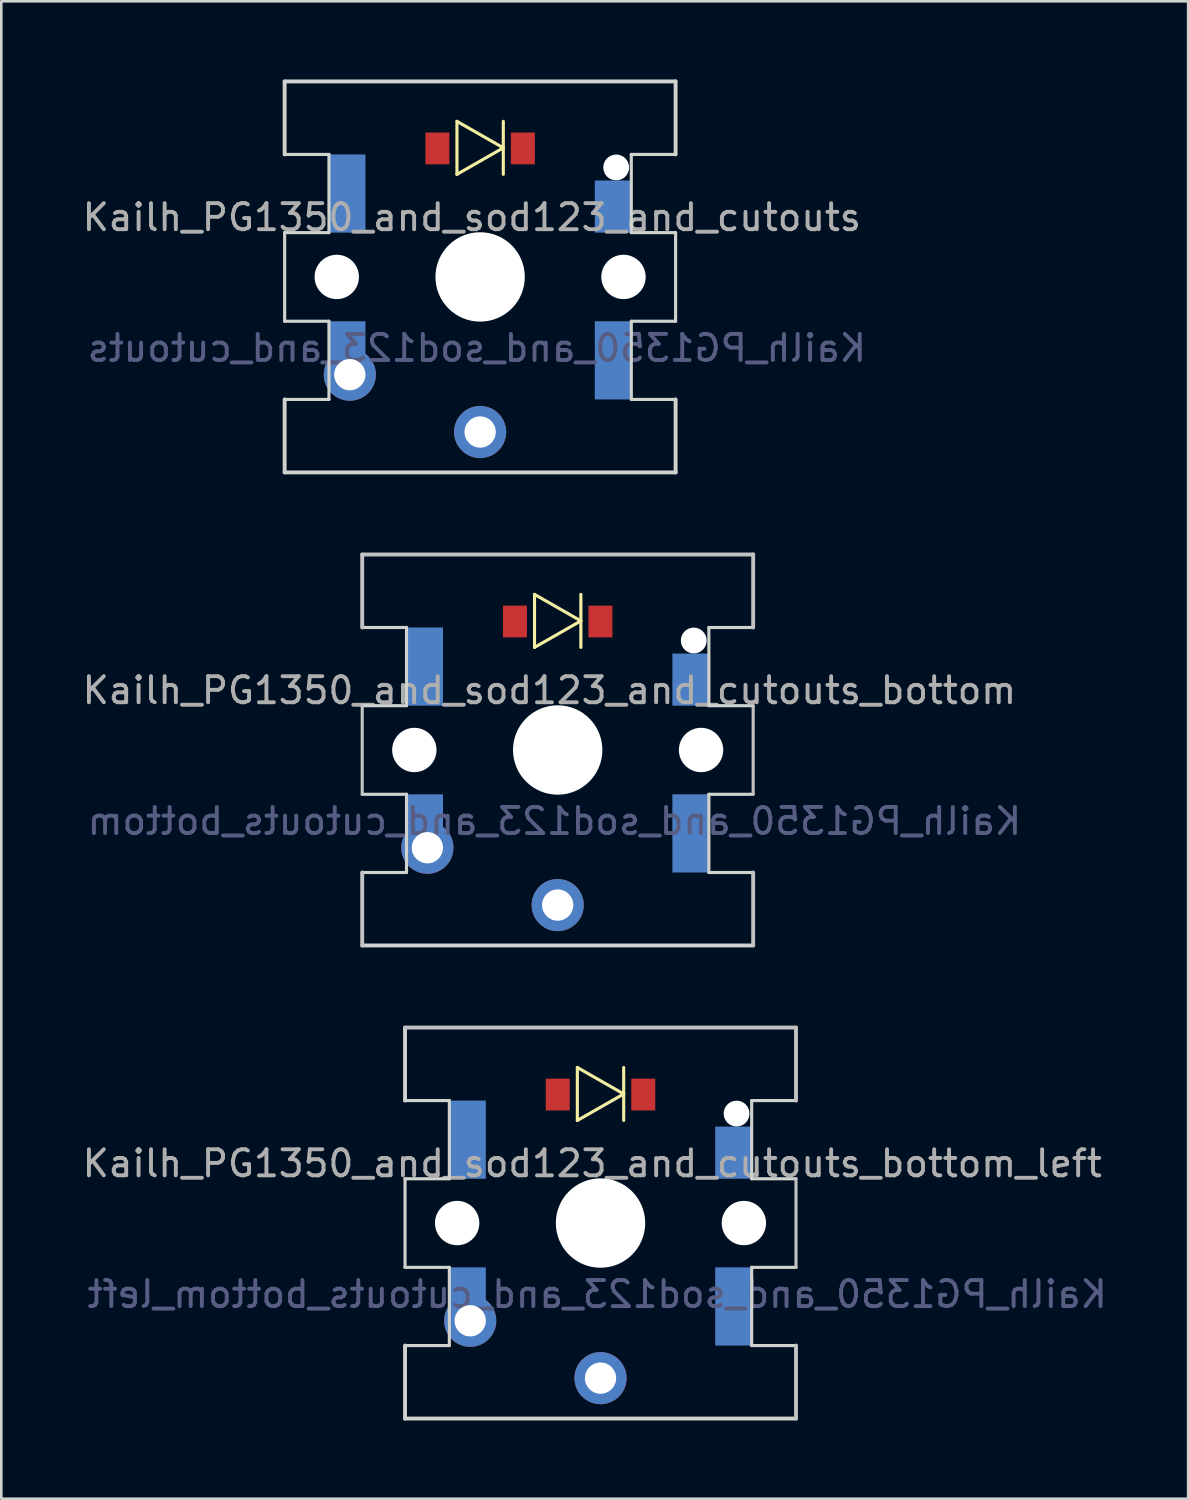
<source format=kicad_pcb>
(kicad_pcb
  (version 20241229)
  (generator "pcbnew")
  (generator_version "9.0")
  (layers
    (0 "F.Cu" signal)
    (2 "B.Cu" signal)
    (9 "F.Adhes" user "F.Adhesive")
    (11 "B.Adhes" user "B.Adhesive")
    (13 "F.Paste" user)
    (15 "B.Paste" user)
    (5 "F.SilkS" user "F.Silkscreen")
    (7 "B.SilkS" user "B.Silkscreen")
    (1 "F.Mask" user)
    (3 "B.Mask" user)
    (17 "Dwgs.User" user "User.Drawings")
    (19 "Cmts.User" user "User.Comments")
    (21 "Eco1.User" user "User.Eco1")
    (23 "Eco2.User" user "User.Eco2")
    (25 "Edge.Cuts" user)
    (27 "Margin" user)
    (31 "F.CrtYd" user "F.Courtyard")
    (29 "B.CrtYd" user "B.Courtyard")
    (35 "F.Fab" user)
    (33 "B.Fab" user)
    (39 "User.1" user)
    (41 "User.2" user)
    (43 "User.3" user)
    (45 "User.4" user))
  (footprint "Kailh_PG1350_and_sod123_and_cutouts"
    (layer "F.Cu")
    (at 15.371 7.575)
    (property "Reference" "Kailh_PG1350_and_sod123_and_cutouts" (at -0.318 -2.286 0) (layer "F.Fab") (effects (font (size 1 1) (thickness 0.15))))
    (attr smd)
    (fp_line (start -0.889 -5.969) (end -0.889 -3.937) (stroke (width 0.12) (type solid)) (layer "F.SilkS"))
    (fp_line (start -0.889 -5.969) (end 0.889 -4.953) (stroke (width 0.12) (type solid)) (layer "F.SilkS"))
    (fp_line (start 0.889 -4.953) (end -0.889 -3.937) (stroke (width 0.12) (type solid)) (layer "F.SilkS"))
    (fp_line (start 0.889 -3.937) (end 0.889 -5.969) (stroke (width 0.12) (type solid)) (layer "F.SilkS"))
    (fp_line (start -7.5 -7.5) (end 7.5 -7.5) (stroke (width 0.15) (type solid)) (layer "Edge.Cuts"))
    (fp_line (start -7.5 -4.7) (end -7.5 -7.5) (stroke (width 0.15) (type solid)) (layer "Edge.Cuts"))
    (fp_line (start -7.5 -4.7) (end -5.8 -4.7) (stroke (width 0.12) (type solid)) (layer "Edge.Cuts"))
    (fp_line (start -7.5 -1.7) (end -5.8 -1.7) (stroke (width 0.12) (type solid)) (layer "Edge.Cuts"))
    (fp_line (start -7.5 1.7) (end -7.5 -1.7) (stroke (width 0.12) (type solid)) (layer "Edge.Cuts"))
    (fp_line (start -7.5 1.7) (end -5.8 1.7) (stroke (width 0.12) (type solid)) (layer "Edge.Cuts"))
    (fp_line (start -7.5 4.7) (end -5.8 4.7) (stroke (width 0.12) (type solid)) (layer "Edge.Cuts"))
    (fp_line (start -7.5 7.5) (end -7.5 4.7) (stroke (width 0.15) (type solid)) (layer "Edge.Cuts"))
    (fp_line (start -5.8 -4.7) (end -5.8 -1.7) (stroke (width 0.12) (type solid)) (layer "Edge.Cuts"))
    (fp_line (start -5.8 4.7) (end -5.8 1.7) (stroke (width 0.12) (type solid)) (layer "Edge.Cuts"))
    (fp_line (start 5.8 -4.7) (end 7.5 -4.7) (stroke (width 0.12) (type solid)) (layer "Edge.Cuts"))
    (fp_line (start 5.8 -1.7) (end 5.8 -4.7) (stroke (width 0.12) (type solid)) (layer "Edge.Cuts"))
    (fp_line (start 5.8 -1.7) (end 7.5 -1.7) (stroke (width 0.12) (type solid)) (layer "Edge.Cuts"))
    (fp_line (start 5.8 1.7) (end 7.5 1.7) (stroke (width 0.12) (type solid)) (layer "Edge.Cuts"))
    (fp_line (start 5.8 4.7) (end 5.8 1.7) (stroke (width 0.12) (type solid)) (layer "Edge.Cuts"))
    (fp_line (start 5.8 4.7) (end 7.5 4.7) (stroke (width 0.12) (type solid)) (layer "Edge.Cuts"))
    (fp_line (start 7.5 -7.5) (end 7.5 -4.7) (stroke (width 0.15) (type solid)) (layer "Edge.Cuts"))
    (fp_line (start 7.5 1.7) (end 7.5 -1.7) (stroke (width 0.12) (type solid)) (layer "Edge.Cuts"))
    (fp_line (start 7.5 7.5) (end -7.5 7.5) (stroke (width 0.15) (type solid)) (layer "Edge.Cuts"))
    (fp_line (start 7.5 7.5) (end 7.5 4.7) (stroke (width 0.15) (type solid)) (layer "Edge.Cuts"))
    (fp_text user "${REFERENCE}" (at -0.127 2.731 0) (layer "B.Fab") (effects (font (size 1 1) (thickness 0.15)) (justify mirror)))
    (pad "" np_thru_hole circle (at -5.5 0) (size 1.702 1.702) (drill 1.702) (layers "*.Cu" "*.Mask"))
    (pad "" np_thru_hole circle (at 0 0) (size 3.429 3.429) (drill 3.429) (layers "*.Cu" "*.Mask"))
    (pad "" np_thru_hole circle (at 5.22 -4.2) (size 0.991 0.991) (drill 0.991) (layers "*.Cu" "*.Mask"))
    (pad "" np_thru_hole circle (at 5.5 0) (size 1.702 1.702) (drill 1.702) (layers "*.Cu" "*.Mask"))
    (pad "1" smd rect (at -5.1 -3.2) (size 1.4 3) (layers "B.Cu" "B.Mask" "B.Paste"))
    (pad "1" smd rect (at -5.1 2.4) (size 1.4 1.4) (layers "B.Cu" "B.Mask" "B.Paste"))
    (pad "1" thru_hole circle (at -5 3.75) (size 2 2) (drill 1.2) (layers "*.Cu" "*.Mask"))
    (pad "2" thru_hole circle (at 0 5.95) (size 2 2) (drill 1.2) (layers "*.Cu" "*.Mask"))
    (pad "A" smd rect (at -1.64 -4.93) (size 0.92 1.22) (layers "F.Cu" "F.Mask" "F.Paste"))
    (pad "K" smd rect (at 1.64 -4.93) (size 0.92 1.22) (layers "F.Cu" "F.Mask" "F.Paste"))
    (pad "K" smd rect (at 5.1 -2.7) (size 1.4 2) (layers "B.Cu" "B.Mask" "B.Paste"))
    (pad "K" smd rect (at 5.1 3.2) (size 1.4 3) (layers "B.Cu" "B.Mask" "B.Paste")))
  (footprint "Kailh_PG1350_and_sod123_and_cutouts_bottom"
    (layer "F.Cu")
    (at 18.347 25.725)
    (property "Reference" "Kailh_PG1350_and_sod123_and_cutouts_bottom" (at -0.318 -2.286 0) (layer "F.Fab") (effects (font (size 1 1) (thickness 0.15))))
    (attr smd)
    (fp_line (start -0.889 -5.969) (end -0.889 -3.937) (stroke (width 0.12) (type solid)) (layer "F.SilkS"))
    (fp_line (start -0.889 -5.969) (end 0.889 -4.953) (stroke (width 0.12) (type solid)) (layer "F.SilkS"))
    (fp_line (start 0.889 -4.953) (end -0.889 -3.937) (stroke (width 0.12) (type solid)) (layer "F.SilkS"))
    (fp_line (start 0.889 -3.937) (end 0.889 -5.969) (stroke (width 0.12) (type solid)) (layer "F.SilkS"))
    (fp_line (start -7.5 -7.5) (end 7.5 -7.5) (stroke (width 0.15) (type solid)) (layer "Dwgs.User"))
    (fp_line (start -7.5 -4.7) (end -7.5 -7.5) (stroke (width 0.15) (type solid)) (layer "Dwgs.User"))
    (fp_line (start -7.5 1.7) (end -7.5 -1.7) (stroke (width 0.12) (type solid)) (layer "Dwgs.User"))
    (fp_line (start -7.5 7.5) (end -7.5 4.7) (stroke (width 0.15) (type solid)) (layer "Dwgs.User"))
    (fp_line (start 7.5 -7.5) (end 7.5 -4.7) (stroke (width 0.15) (type solid)) (layer "Dwgs.User"))
    (fp_line (start 7.5 1.7) (end 7.5 -1.7) (stroke (width 0.12) (type solid)) (layer "Dwgs.User"))
    (fp_line (start 7.5 7.5) (end 7.5 4.7) (stroke (width 0.15) (type solid)) (layer "Dwgs.User"))
    (fp_line (start -7.5 -4.7) (end -5.8 -4.7) (stroke (width 0.12) (type solid)) (layer "Edge.Cuts"))
    (fp_line (start -7.5 -1.7) (end -5.8 -1.7) (stroke (width 0.12) (type solid)) (layer "Edge.Cuts"))
    (fp_line (start -7.5 1.7) (end -5.8 1.7) (stroke (width 0.12) (type solid)) (layer "Edge.Cuts"))
    (fp_line (start -7.5 4.7) (end -5.8 4.7) (stroke (width 0.12) (type solid)) (layer "Edge.Cuts"))
    (fp_line (start -5.8 -4.7) (end -5.8 -1.7) (stroke (width 0.12) (type solid)) (layer "Edge.Cuts"))
    (fp_line (start -5.8 4.7) (end -5.8 1.7) (stroke (width 0.12) (type solid)) (layer "Edge.Cuts"))
    (fp_line (start 5.8 -4.7) (end 7.5 -4.7) (stroke (width 0.12) (type solid)) (layer "Edge.Cuts"))
    (fp_line (start 5.8 -1.7) (end 5.8 -4.7) (stroke (width 0.12) (type solid)) (layer "Edge.Cuts"))
    (fp_line (start 5.8 -1.7) (end 7.5 -1.7) (stroke (width 0.12) (type solid)) (layer "Edge.Cuts"))
    (fp_line (start 5.8 1.7) (end 7.5 1.7) (stroke (width 0.12) (type solid)) (layer "Edge.Cuts"))
    (fp_line (start 5.8 4.7) (end 5.8 1.7) (stroke (width 0.12) (type solid)) (layer "Edge.Cuts"))
    (fp_line (start 5.8 4.7) (end 7.5 4.7) (stroke (width 0.12) (type solid)) (layer "Edge.Cuts"))
    (fp_line (start 7.5 7.5) (end -7.5 7.5) (stroke (width 0.15) (type solid)) (layer "Edge.Cuts"))
    (fp_text user "${REFERENCE}" (at -0.127 2.731 0) (layer "B.Fab") (effects (font (size 1 1) (thickness 0.15)) (justify mirror)))
    (pad "" np_thru_hole circle (at -5.5 0) (size 1.702 1.702) (drill 1.702) (layers "*.Cu" "*.Mask"))
    (pad "" np_thru_hole circle (at 0 0) (size 3.429 3.429) (drill 3.429) (layers "*.Cu" "*.Mask"))
    (pad "" np_thru_hole circle (at 5.22 -4.2) (size 0.991 0.991) (drill 0.991) (layers "*.Cu" "*.Mask"))
    (pad "" np_thru_hole circle (at 5.5 0) (size 1.702 1.702) (drill 1.702) (layers "*.Cu" "*.Mask"))
    (pad "1" smd rect (at -5.1 -3.2) (size 1.4 3) (layers "B.Cu" "B.Mask" "B.Paste"))
    (pad "1" smd rect (at -5.1 2.4) (size 1.4 1.4) (layers "B.Cu" "B.Mask" "B.Paste"))
    (pad "1" thru_hole circle (at -5 3.75) (size 2 2) (drill 1.2) (layers "*.Cu" "*.Mask"))
    (pad "2" thru_hole circle (at 0 5.95) (size 2 2) (drill 1.2) (layers "*.Cu" "*.Mask"))
    (pad "A" smd rect (at -1.64 -4.93) (size 0.92 1.22) (layers "F.Cu" "F.Mask" "F.Paste"))
    (pad "K" smd rect (at 1.64 -4.93) (size 0.92 1.22) (layers "F.Cu" "F.Mask" "F.Paste"))
    (pad "K" smd rect (at 5.1 -2.7) (size 1.4 2) (layers "B.Cu" "B.Mask" "B.Paste"))
    (pad "K" smd rect (at 5.1 3.2) (size 1.4 3) (layers "B.Cu" "B.Mask" "B.Paste")))
  (footprint "Kailh_PG1350_and_sod123_and_cutouts_bottom_left"
    (layer "F.Cu")
    (at 19.99 43.875)
    (property "Reference" "Kailh_PG1350_and_sod123_and_cutouts_bottom_left" (at -0.318 -2.286 0) (layer "F.Fab") (effects (font (size 1 1) (thickness 0.15))))
    (attr smd)
    (fp_line (start -0.889 -5.969) (end -0.889 -3.937) (stroke (width 0.12) (type solid)) (layer "F.SilkS"))
    (fp_line (start -0.889 -5.969) (end 0.889 -4.953) (stroke (width 0.12) (type solid)) (layer "F.SilkS"))
    (fp_line (start 0.889 -4.953) (end -0.889 -3.937) (stroke (width 0.12) (type solid)) (layer "F.SilkS"))
    (fp_line (start 0.889 -3.937) (end 0.889 -5.969) (stroke (width 0.12) (type solid)) (layer "F.SilkS"))
    (fp_line (start -7.5 -7.5) (end 7.5 -7.5) (stroke (width 0.15) (type solid)) (layer "Dwgs.User"))
    (fp_line (start 7.5 -7.5) (end 7.5 -4.7) (stroke (width 0.15) (type solid)) (layer "Dwgs.User"))
    (fp_line (start 7.5 1.7) (end 7.5 -1.7) (stroke (width 0.12) (type solid)) (layer "Dwgs.User"))
    (fp_line (start 7.5 7.5) (end 7.5 4.7) (stroke (width 0.15) (type solid)) (layer "Dwgs.User"))
    (fp_line (start -7.5 -4.7) (end -7.5 -7.5) (stroke (width 0.15) (type solid)) (layer "Edge.Cuts"))
    (fp_line (start -7.5 -4.7) (end -5.8 -4.7) (stroke (width 0.12) (type solid)) (layer "Edge.Cuts"))
    (fp_line (start -7.5 -1.7) (end -5.8 -1.7) (stroke (width 0.12) (type solid)) (layer "Edge.Cuts"))
    (fp_line (start -7.5 1.7) (end -7.5 -1.7) (stroke (width 0.12) (type solid)) (layer "Edge.Cuts"))
    (fp_line (start -7.5 1.7) (end -5.8 1.7) (stroke (width 0.12) (type solid)) (layer "Edge.Cuts"))
    (fp_line (start -7.5 4.7) (end -5.8 4.7) (stroke (width 0.12) (type solid)) (layer "Edge.Cuts"))
    (fp_line (start -7.5 7.5) (end -7.5 4.7) (stroke (width 0.15) (type solid)) (layer "Edge.Cuts"))
    (fp_line (start -5.8 -4.7) (end -5.8 -1.7) (stroke (width 0.12) (type solid)) (layer "Edge.Cuts"))
    (fp_line (start -5.8 4.7) (end -5.8 1.7) (stroke (width 0.12) (type solid)) (layer "Edge.Cuts"))
    (fp_line (start 5.8 -4.7) (end 7.5 -4.7) (stroke (width 0.12) (type solid)) (layer "Edge.Cuts"))
    (fp_line (start 5.8 -1.7) (end 5.8 -4.7) (stroke (width 0.12) (type solid)) (layer "Edge.Cuts"))
    (fp_line (start 5.8 -1.7) (end 7.5 -1.7) (stroke (width 0.12) (type solid)) (layer "Edge.Cuts"))
    (fp_line (start 5.8 1.7) (end 7.5 1.7) (stroke (width 0.12) (type solid)) (layer "Edge.Cuts"))
    (fp_line (start 5.8 4.7) (end 5.8 1.7) (stroke (width 0.12) (type solid)) (layer "Edge.Cuts"))
    (fp_line (start 5.8 4.7) (end 7.5 4.7) (stroke (width 0.12) (type solid)) (layer "Edge.Cuts"))
    (fp_line (start 7.5 7.5) (end -7.5 7.5) (stroke (width 0.15) (type solid)) (layer "Edge.Cuts"))
    (fp_text user "${REFERENCE}" (at -0.127 2.731 0) (layer "B.Fab") (effects (font (size 1 1) (thickness 0.15)) (justify mirror)))
    (pad "" np_thru_hole circle (at -5.5 0) (size 1.702 1.702) (drill 1.702) (layers "*.Cu" "*.Mask"))
    (pad "" np_thru_hole circle (at 0 0) (size 3.429 3.429) (drill 3.429) (layers "*.Cu" "*.Mask"))
    (pad "" np_thru_hole circle (at 5.22 -4.2) (size 0.991 0.991) (drill 0.991) (layers "*.Cu" "*.Mask"))
    (pad "" np_thru_hole circle (at 5.5 0) (size 1.702 1.702) (drill 1.702) (layers "*.Cu" "*.Mask"))
    (pad "1" smd rect (at -5.1 -3.2) (size 1.4 3) (layers "B.Cu" "B.Mask" "B.Paste"))
    (pad "1" smd rect (at -5.1 2.4) (size 1.4 1.4) (layers "B.Cu" "B.Mask" "B.Paste"))
    (pad "1" thru_hole circle (at -5 3.75) (size 2 2) (drill 1.2) (layers "*.Cu" "*.Mask"))
    (pad "2" thru_hole circle (at 0 5.95) (size 2 2) (drill 1.2) (layers "*.Cu" "*.Mask"))
    (pad "A" smd rect (at -1.64 -4.93) (size 0.92 1.22) (layers "F.Cu" "F.Mask" "F.Paste"))
    (pad "K" smd rect (at 1.64 -4.93) (size 0.92 1.22) (layers "F.Cu" "F.Mask" "F.Paste"))
    (pad "K" smd rect (at 5.1 -2.7) (size 1.4 2) (layers "B.Cu" "B.Mask" "B.Paste"))
    (pad "K" smd rect (at 5.1 3.2) (size 1.4 3) (layers "B.Cu" "B.Mask" "B.Paste")))
  (gr_rect
    (start -3 -3)
    (end 42.536 54.45)
    (stroke (width 0.1) (type default))
    (fill no)
    (layer "Edge.Cuts")))
</source>
